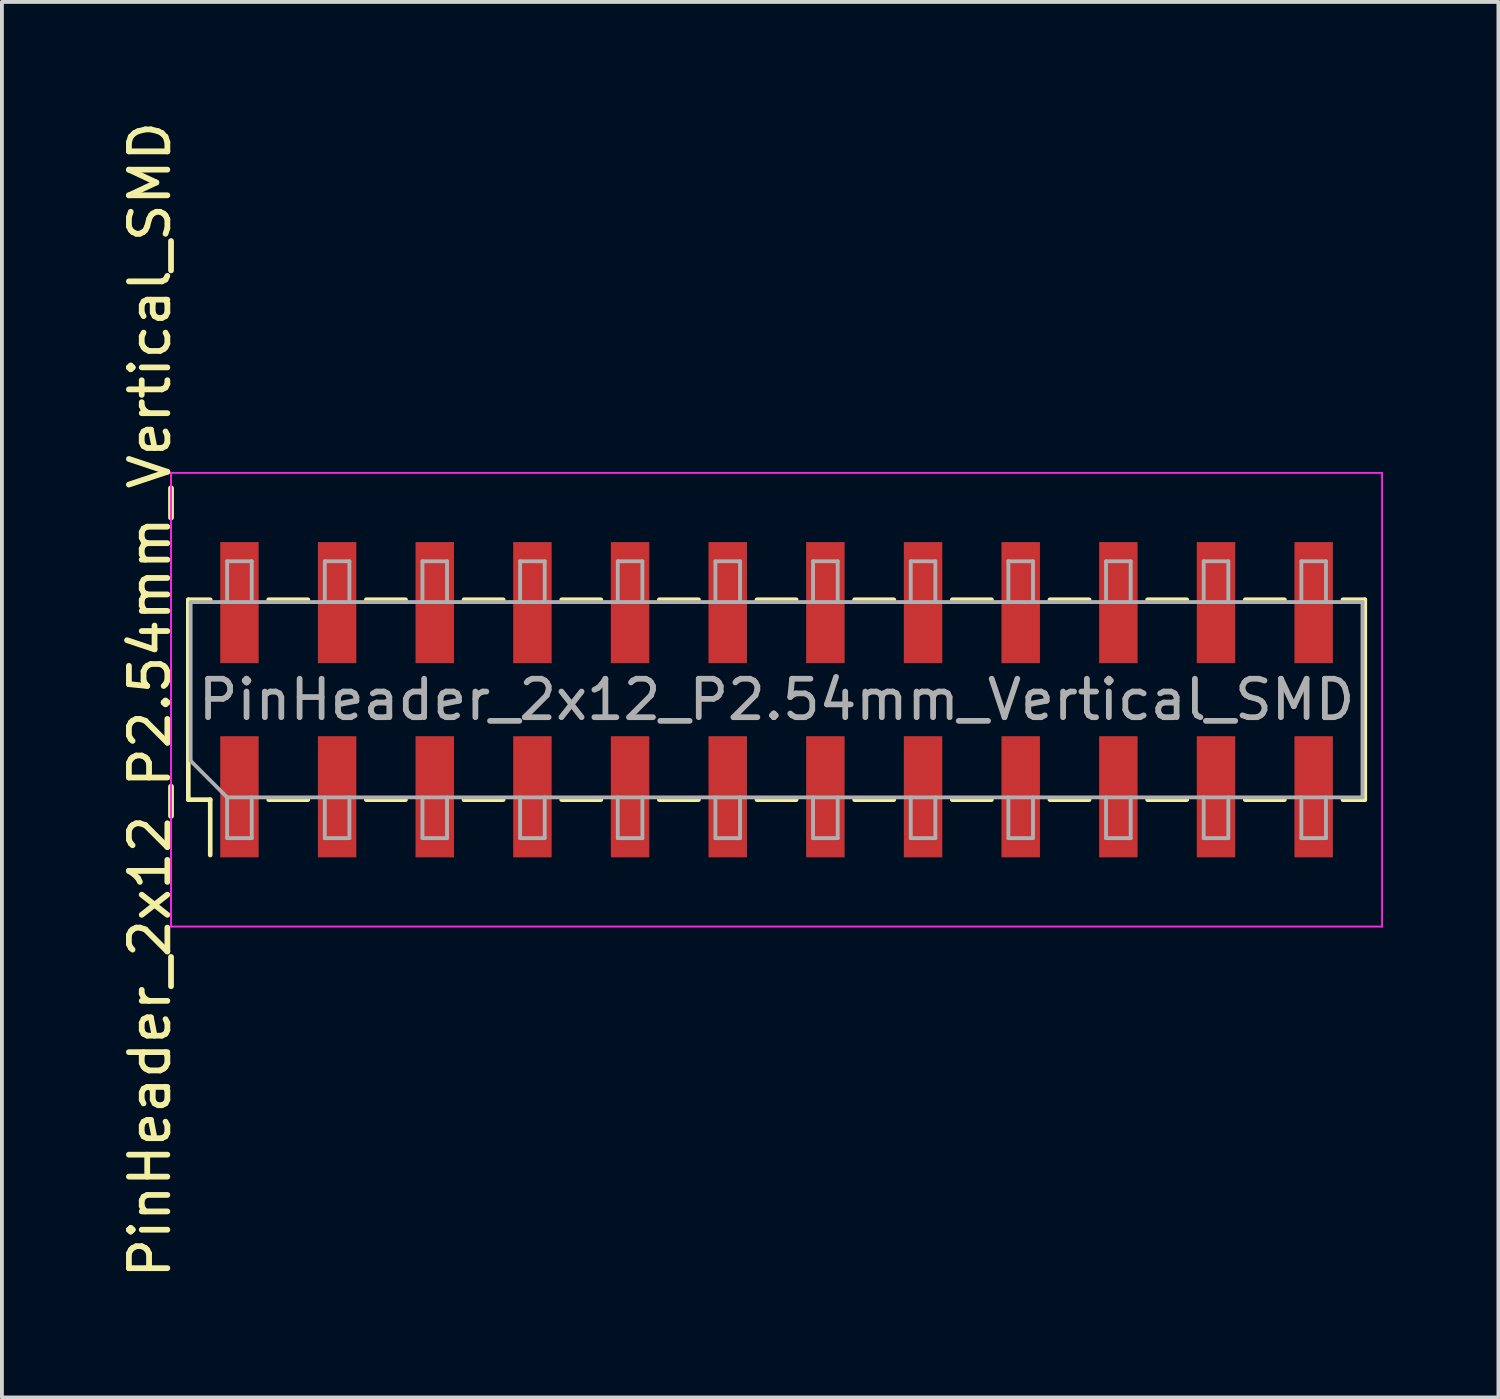
<source format=kicad_pcb>
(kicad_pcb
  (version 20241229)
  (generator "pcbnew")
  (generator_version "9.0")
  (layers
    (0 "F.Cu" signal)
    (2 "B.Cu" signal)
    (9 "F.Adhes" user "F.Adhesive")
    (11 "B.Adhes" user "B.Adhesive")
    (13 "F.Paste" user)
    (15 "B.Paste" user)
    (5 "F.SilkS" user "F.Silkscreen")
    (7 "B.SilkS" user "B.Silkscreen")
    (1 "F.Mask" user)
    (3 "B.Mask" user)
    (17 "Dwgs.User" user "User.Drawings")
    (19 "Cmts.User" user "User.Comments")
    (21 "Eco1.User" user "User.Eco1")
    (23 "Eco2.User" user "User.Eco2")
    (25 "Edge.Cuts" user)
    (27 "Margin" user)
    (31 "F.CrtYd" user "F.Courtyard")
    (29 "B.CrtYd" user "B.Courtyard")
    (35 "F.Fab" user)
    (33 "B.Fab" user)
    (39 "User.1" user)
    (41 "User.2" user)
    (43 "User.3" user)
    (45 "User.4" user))
  (footprint "PinHeader_2x12_P2.54mm_Vertical_SMD"
    (layer "F.Cu")
    (at 17.148 15.149)
    (property "Reference" "PinHeader_2x12_P2.54mm_Vertical_SMD" (at -16.3 0 90) (layer "F.SilkS") (effects (font (size 1 1) (thickness 0.15))))
    (attr smd)
    (fp_line (start -15.3 -2.6) (end -14.73 -2.6) (stroke (width 0.12) (type solid)) (layer "F.SilkS"))
    (fp_line (start -15.3 2.6) (end -15.3 -2.6) (stroke (width 0.12) (type solid)) (layer "F.SilkS"))
    (fp_line (start -15.3 2.6) (end -14.73 2.6) (stroke (width 0.12) (type solid)) (layer "F.SilkS"))
    (fp_line (start -14.73 4.04) (end -14.73 2.6) (stroke (width 0.12) (type solid)) (layer "F.SilkS"))
    (fp_line (start -13.21 -2.6) (end -12.19 -2.6) (stroke (width 0.12) (type solid)) (layer "F.SilkS"))
    (fp_line (start -13.21 2.6) (end -12.19 2.6) (stroke (width 0.12) (type solid)) (layer "F.SilkS"))
    (fp_line (start -10.67 -2.6) (end -9.65 -2.6) (stroke (width 0.12) (type solid)) (layer "F.SilkS"))
    (fp_line (start -10.67 2.6) (end -9.65 2.6) (stroke (width 0.12) (type solid)) (layer "F.SilkS"))
    (fp_line (start -8.13 -2.6) (end -7.11 -2.6) (stroke (width 0.12) (type solid)) (layer "F.SilkS"))
    (fp_line (start -8.13 2.6) (end -7.11 2.6) (stroke (width 0.12) (type solid)) (layer "F.SilkS"))
    (fp_line (start -5.59 -2.6) (end -4.57 -2.6) (stroke (width 0.12) (type solid)) (layer "F.SilkS"))
    (fp_line (start -5.59 2.6) (end -4.57 2.6) (stroke (width 0.12) (type solid)) (layer "F.SilkS"))
    (fp_line (start -3.05 -2.6) (end -2.03 -2.6) (stroke (width 0.12) (type solid)) (layer "F.SilkS"))
    (fp_line (start -3.05 2.6) (end -2.03 2.6) (stroke (width 0.12) (type solid)) (layer "F.SilkS"))
    (fp_line (start -0.51 -2.6) (end 0.51 -2.6) (stroke (width 0.12) (type solid)) (layer "F.SilkS"))
    (fp_line (start -0.51 2.6) (end 0.51 2.6) (stroke (width 0.12) (type solid)) (layer "F.SilkS"))
    (fp_line (start 2.03 -2.6) (end 3.05 -2.6) (stroke (width 0.12) (type solid)) (layer "F.SilkS"))
    (fp_line (start 2.03 2.6) (end 3.05 2.6) (stroke (width 0.12) (type solid)) (layer "F.SilkS"))
    (fp_line (start 4.57 -2.6) (end 5.59 -2.6) (stroke (width 0.12) (type solid)) (layer "F.SilkS"))
    (fp_line (start 4.57 2.6) (end 5.59 2.6) (stroke (width 0.12) (type solid)) (layer "F.SilkS"))
    (fp_line (start 7.11 -2.6) (end 8.13 -2.6) (stroke (width 0.12) (type solid)) (layer "F.SilkS"))
    (fp_line (start 7.11 2.6) (end 8.13 2.6) (stroke (width 0.12) (type solid)) (layer "F.SilkS"))
    (fp_line (start 9.65 -2.6) (end 10.67 -2.6) (stroke (width 0.12) (type solid)) (layer "F.SilkS"))
    (fp_line (start 9.65 2.6) (end 10.67 2.6) (stroke (width 0.12) (type solid)) (layer "F.SilkS"))
    (fp_line (start 12.19 -2.6) (end 13.21 -2.6) (stroke (width 0.12) (type solid)) (layer "F.SilkS"))
    (fp_line (start 12.19 2.6) (end 13.21 2.6) (stroke (width 0.12) (type solid)) (layer "F.SilkS"))
    (fp_line (start 14.73 -2.6) (end 15.3 -2.6) (stroke (width 0.12) (type solid)) (layer "F.SilkS"))
    (fp_line (start 14.73 2.6) (end 15.3 2.6) (stroke (width 0.12) (type solid)) (layer "F.SilkS"))
    (fp_line (start 15.3 2.6) (end 15.3 -2.6) (stroke (width 0.12) (type solid)) (layer "F.SilkS"))
    (fp_line (start -15.75 -5.9) (end -15.75 5.9) (stroke (width 0.05) (type solid)) (layer "F.CrtYd"))
    (fp_line (start -15.75 5.9) (end 15.75 5.9) (stroke (width 0.05) (type solid)) (layer "F.CrtYd"))
    (fp_line (start 15.75 -5.9) (end -15.75 -5.9) (stroke (width 0.05) (type solid)) (layer "F.CrtYd"))
    (fp_line (start 15.75 5.9) (end 15.75 -5.9) (stroke (width 0.05) (type solid)) (layer "F.CrtYd"))
    (fp_line (start -15.24 -2.54) (end 15.24 -2.54) (stroke (width 0.1) (type solid)) (layer "F.Fab"))
    (fp_line (start -15.24 1.59) (end -15.24 -2.54) (stroke (width 0.1) (type solid)) (layer "F.Fab"))
    (fp_line (start -14.29 -3.6) (end -13.65 -3.6) (stroke (width 0.1) (type solid)) (layer "F.Fab"))
    (fp_line (start -14.29 -2.54) (end -14.29 -3.6) (stroke (width 0.1) (type solid)) (layer "F.Fab"))
    (fp_line (start -14.29 2.54) (end -15.24 1.59) (stroke (width 0.1) (type solid)) (layer "F.Fab"))
    (fp_line (start -14.29 2.54) (end -14.29 3.6) (stroke (width 0.1) (type solid)) (layer "F.Fab"))
    (fp_line (start -14.29 3.6) (end -13.65 3.6) (stroke (width 0.1) (type solid)) (layer "F.Fab"))
    (fp_line (start -13.65 -3.6) (end -13.65 -2.54) (stroke (width 0.1) (type solid)) (layer "F.Fab"))
    (fp_line (start -13.65 3.6) (end -13.65 2.54) (stroke (width 0.1) (type solid)) (layer "F.Fab"))
    (fp_line (start -11.75 -3.6) (end -11.11 -3.6) (stroke (width 0.1) (type solid)) (layer "F.Fab"))
    (fp_line (start -11.75 -2.54) (end -11.75 -3.6) (stroke (width 0.1) (type solid)) (layer "F.Fab"))
    (fp_line (start -11.75 2.54) (end -11.75 3.6) (stroke (width 0.1) (type solid)) (layer "F.Fab"))
    (fp_line (start -11.75 3.6) (end -11.11 3.6) (stroke (width 0.1) (type solid)) (layer "F.Fab"))
    (fp_line (start -11.11 -3.6) (end -11.11 -2.54) (stroke (width 0.1) (type solid)) (layer "F.Fab"))
    (fp_line (start -11.11 3.6) (end -11.11 2.54) (stroke (width 0.1) (type solid)) (layer "F.Fab"))
    (fp_line (start -9.21 -3.6) (end -8.57 -3.6) (stroke (width 0.1) (type solid)) (layer "F.Fab"))
    (fp_line (start -9.21 -2.54) (end -9.21 -3.6) (stroke (width 0.1) (type solid)) (layer "F.Fab"))
    (fp_line (start -9.21 2.54) (end -9.21 3.6) (stroke (width 0.1) (type solid)) (layer "F.Fab"))
    (fp_line (start -9.21 3.6) (end -8.57 3.6) (stroke (width 0.1) (type solid)) (layer "F.Fab"))
    (fp_line (start -8.57 -3.6) (end -8.57 -2.54) (stroke (width 0.1) (type solid)) (layer "F.Fab"))
    (fp_line (start -8.57 3.6) (end -8.57 2.54) (stroke (width 0.1) (type solid)) (layer "F.Fab"))
    (fp_line (start -6.67 -3.6) (end -6.03 -3.6) (stroke (width 0.1) (type solid)) (layer "F.Fab"))
    (fp_line (start -6.67 -2.54) (end -6.67 -3.6) (stroke (width 0.1) (type solid)) (layer "F.Fab"))
    (fp_line (start -6.67 2.54) (end -6.67 3.6) (stroke (width 0.1) (type solid)) (layer "F.Fab"))
    (fp_line (start -6.67 3.6) (end -6.03 3.6) (stroke (width 0.1) (type solid)) (layer "F.Fab"))
    (fp_line (start -6.03 -3.6) (end -6.03 -2.54) (stroke (width 0.1) (type solid)) (layer "F.Fab"))
    (fp_line (start -6.03 3.6) (end -6.03 2.54) (stroke (width 0.1) (type solid)) (layer "F.Fab"))
    (fp_line (start -4.13 -3.6) (end -3.49 -3.6) (stroke (width 0.1) (type solid)) (layer "F.Fab"))
    (fp_line (start -4.13 -2.54) (end -4.13 -3.6) (stroke (width 0.1) (type solid)) (layer "F.Fab"))
    (fp_line (start -4.13 2.54) (end -4.13 3.6) (stroke (width 0.1) (type solid)) (layer "F.Fab"))
    (fp_line (start -4.13 3.6) (end -3.49 3.6) (stroke (width 0.1) (type solid)) (layer "F.Fab"))
    (fp_line (start -3.49 -3.6) (end -3.49 -2.54) (stroke (width 0.1) (type solid)) (layer "F.Fab"))
    (fp_line (start -3.49 3.6) (end -3.49 2.54) (stroke (width 0.1) (type solid)) (layer "F.Fab"))
    (fp_line (start -1.59 -3.6) (end -0.95 -3.6) (stroke (width 0.1) (type solid)) (layer "F.Fab"))
    (fp_line (start -1.59 -2.54) (end -1.59 -3.6) (stroke (width 0.1) (type solid)) (layer "F.Fab"))
    (fp_line (start -1.59 2.54) (end -1.59 3.6) (stroke (width 0.1) (type solid)) (layer "F.Fab"))
    (fp_line (start -1.59 3.6) (end -0.95 3.6) (stroke (width 0.1) (type solid)) (layer "F.Fab"))
    (fp_line (start -0.95 -3.6) (end -0.95 -2.54) (stroke (width 0.1) (type solid)) (layer "F.Fab"))
    (fp_line (start -0.95 3.6) (end -0.95 2.54) (stroke (width 0.1) (type solid)) (layer "F.Fab"))
    (fp_line (start 0.95 -3.6) (end 1.59 -3.6) (stroke (width 0.1) (type solid)) (layer "F.Fab"))
    (fp_line (start 0.95 -2.54) (end 0.95 -3.6) (stroke (width 0.1) (type solid)) (layer "F.Fab"))
    (fp_line (start 0.95 2.54) (end 0.95 3.6) (stroke (width 0.1) (type solid)) (layer "F.Fab"))
    (fp_line (start 0.95 3.6) (end 1.59 3.6) (stroke (width 0.1) (type solid)) (layer "F.Fab"))
    (fp_line (start 1.59 -3.6) (end 1.59 -2.54) (stroke (width 0.1) (type solid)) (layer "F.Fab"))
    (fp_line (start 1.59 3.6) (end 1.59 2.54) (stroke (width 0.1) (type solid)) (layer "F.Fab"))
    (fp_line (start 3.49 -3.6) (end 4.13 -3.6) (stroke (width 0.1) (type solid)) (layer "F.Fab"))
    (fp_line (start 3.49 -2.54) (end 3.49 -3.6) (stroke (width 0.1) (type solid)) (layer "F.Fab"))
    (fp_line (start 3.49 2.54) (end 3.49 3.6) (stroke (width 0.1) (type solid)) (layer "F.Fab"))
    (fp_line (start 3.49 3.6) (end 4.13 3.6) (stroke (width 0.1) (type solid)) (layer "F.Fab"))
    (fp_line (start 4.13 -3.6) (end 4.13 -2.54) (stroke (width 0.1) (type solid)) (layer "F.Fab"))
    (fp_line (start 4.13 3.6) (end 4.13 2.54) (stroke (width 0.1) (type solid)) (layer "F.Fab"))
    (fp_line (start 6.03 -3.6) (end 6.67 -3.6) (stroke (width 0.1) (type solid)) (layer "F.Fab"))
    (fp_line (start 6.03 -2.54) (end 6.03 -3.6) (stroke (width 0.1) (type solid)) (layer "F.Fab"))
    (fp_line (start 6.03 2.54) (end 6.03 3.6) (stroke (width 0.1) (type solid)) (layer "F.Fab"))
    (fp_line (start 6.03 3.6) (end 6.67 3.6) (stroke (width 0.1) (type solid)) (layer "F.Fab"))
    (fp_line (start 6.67 -3.6) (end 6.67 -2.54) (stroke (width 0.1) (type solid)) (layer "F.Fab"))
    (fp_line (start 6.67 3.6) (end 6.67 2.54) (stroke (width 0.1) (type solid)) (layer "F.Fab"))
    (fp_line (start 8.57 -3.6) (end 9.21 -3.6) (stroke (width 0.1) (type solid)) (layer "F.Fab"))
    (fp_line (start 8.57 -2.54) (end 8.57 -3.6) (stroke (width 0.1) (type solid)) (layer "F.Fab"))
    (fp_line (start 8.57 2.54) (end 8.57 3.6) (stroke (width 0.1) (type solid)) (layer "F.Fab"))
    (fp_line (start 8.57 3.6) (end 9.21 3.6) (stroke (width 0.1) (type solid)) (layer "F.Fab"))
    (fp_line (start 9.21 -3.6) (end 9.21 -2.54) (stroke (width 0.1) (type solid)) (layer "F.Fab"))
    (fp_line (start 9.21 3.6) (end 9.21 2.54) (stroke (width 0.1) (type solid)) (layer "F.Fab"))
    (fp_line (start 11.11 -3.6) (end 11.75 -3.6) (stroke (width 0.1) (type solid)) (layer "F.Fab"))
    (fp_line (start 11.11 -2.54) (end 11.11 -3.6) (stroke (width 0.1) (type solid)) (layer "F.Fab"))
    (fp_line (start 11.11 2.54) (end 11.11 3.6) (stroke (width 0.1) (type solid)) (layer "F.Fab"))
    (fp_line (start 11.11 3.6) (end 11.75 3.6) (stroke (width 0.1) (type solid)) (layer "F.Fab"))
    (fp_line (start 11.75 -3.6) (end 11.75 -2.54) (stroke (width 0.1) (type solid)) (layer "F.Fab"))
    (fp_line (start 11.75 3.6) (end 11.75 2.54) (stroke (width 0.1) (type solid)) (layer "F.Fab"))
    (fp_line (start 13.65 -3.6) (end 14.29 -3.6) (stroke (width 0.1) (type solid)) (layer "F.Fab"))
    (fp_line (start 13.65 -2.54) (end 13.65 -3.6) (stroke (width 0.1) (type solid)) (layer "F.Fab"))
    (fp_line (start 13.65 2.54) (end 13.65 3.6) (stroke (width 0.1) (type solid)) (layer "F.Fab"))
    (fp_line (start 13.65 3.6) (end 14.29 3.6) (stroke (width 0.1) (type solid)) (layer "F.Fab"))
    (fp_line (start 14.29 -3.6) (end 14.29 -2.54) (stroke (width 0.1) (type solid)) (layer "F.Fab"))
    (fp_line (start 14.29 3.6) (end 14.29 2.54) (stroke (width 0.1) (type solid)) (layer "F.Fab"))
    (fp_line (start 15.24 -2.54) (end 15.24 2.54) (stroke (width 0.1) (type solid)) (layer "F.Fab"))
    (fp_line (start 15.24 2.54) (end -14.29 2.54) (stroke (width 0.1) (type solid)) (layer "F.Fab"))
    (fp_text user "${REFERENCE}" (at 0 0 180) (layer "F.Fab") (effects (font (size 1 1) (thickness 0.15))))
    (pad "1" smd rect (at -13.97 -2.525 270) (size 3.15 1) (layers "F.Cu" "F.Mask" "F.Paste"))
    (pad "2" smd rect (at -13.97 2.525 270) (size 3.15 1) (layers "F.Cu" "F.Mask" "F.Paste"))
    (pad "3" smd rect (at -11.43 -2.525 270) (size 3.15 1) (layers "F.Cu" "F.Mask" "F.Paste"))
    (pad "4" smd rect (at -11.43 2.525 270) (size 3.15 1) (layers "F.Cu" "F.Mask" "F.Paste"))
    (pad "5" smd rect (at -8.89 -2.525 270) (size 3.15 1) (layers "F.Cu" "F.Mask" "F.Paste"))
    (pad "6" smd rect (at -8.89 2.525 270) (size 3.15 1) (layers "F.Cu" "F.Mask" "F.Paste"))
    (pad "7" smd rect (at -6.35 -2.525 270) (size 3.15 1) (layers "F.Cu" "F.Mask" "F.Paste"))
    (pad "8" smd rect (at -6.35 2.525 270) (size 3.15 1) (layers "F.Cu" "F.Mask" "F.Paste"))
    (pad "9" smd rect (at -3.81 -2.525 270) (size 3.15 1) (layers "F.Cu" "F.Mask" "F.Paste"))
    (pad "10" smd rect (at -3.81 2.525 270) (size 3.15 1) (layers "F.Cu" "F.Mask" "F.Paste"))
    (pad "11" smd rect (at -1.27 -2.525 270) (size 3.15 1) (layers "F.Cu" "F.Mask" "F.Paste"))
    (pad "12" smd rect (at -1.27 2.525 270) (size 3.15 1) (layers "F.Cu" "F.Mask" "F.Paste"))
    (pad "13" smd rect (at 1.27 -2.525 270) (size 3.15 1) (layers "F.Cu" "F.Mask" "F.Paste"))
    (pad "14" smd rect (at 1.27 2.525 270) (size 3.15 1) (layers "F.Cu" "F.Mask" "F.Paste"))
    (pad "15" smd rect (at 3.81 -2.525 270) (size 3.15 1) (layers "F.Cu" "F.Mask" "F.Paste"))
    (pad "16" smd rect (at 3.81 2.525 270) (size 3.15 1) (layers "F.Cu" "F.Mask" "F.Paste"))
    (pad "17" smd rect (at 6.35 -2.525 270) (size 3.15 1) (layers "F.Cu" "F.Mask" "F.Paste"))
    (pad "18" smd rect (at 6.35 2.525 270) (size 3.15 1) (layers "F.Cu" "F.Mask" "F.Paste"))
    (pad "19" smd rect (at 8.89 -2.525 270) (size 3.15 1) (layers "F.Cu" "F.Mask" "F.Paste"))
    (pad "20" smd rect (at 8.89 2.525 270) (size 3.15 1) (layers "F.Cu" "F.Mask" "F.Paste"))
    (pad "21" smd rect (at 11.43 -2.525 270) (size 3.15 1) (layers "F.Cu" "F.Mask" "F.Paste"))
    (pad "22" smd rect (at 11.43 2.525 270) (size 3.15 1) (layers "F.Cu" "F.Mask" "F.Paste"))
    (pad "23" smd rect (at 13.97 -2.525 270) (size 3.15 1) (layers "F.Cu" "F.Mask" "F.Paste"))
    (pad "24" smd rect (at 13.97 2.525 270) (size 3.15 1) (layers "F.Cu" "F.Mask" "F.Paste")))
  (gr_rect
    (start -3 -3)
    (end 35.923 33.298)
    (stroke (width 0.1) (type default))
    (fill no)
    (layer "Edge.Cuts")))
</source>
